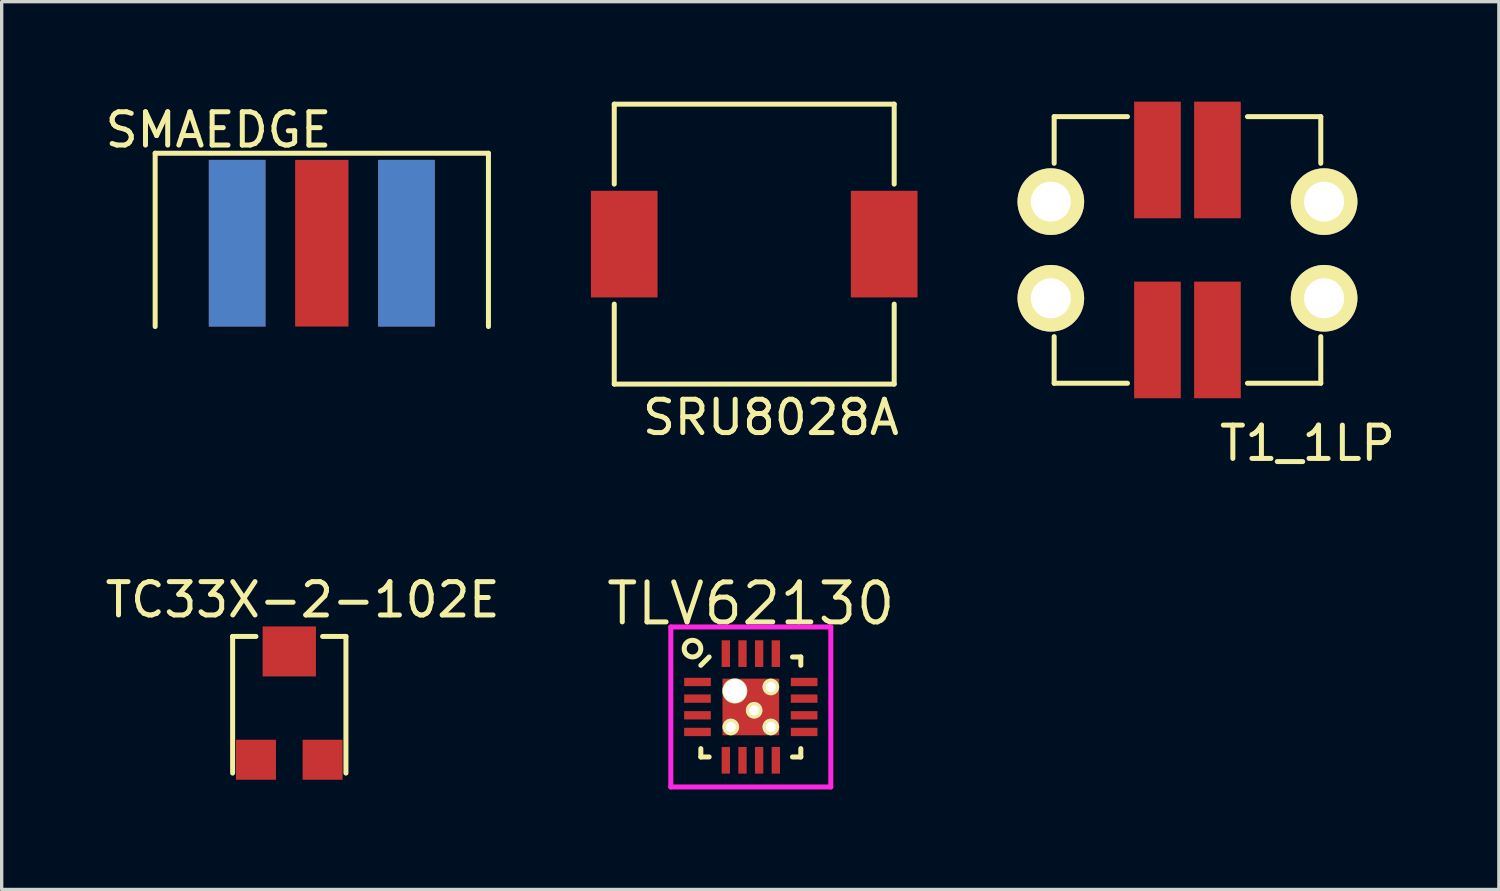
<source format=kicad_pcb>
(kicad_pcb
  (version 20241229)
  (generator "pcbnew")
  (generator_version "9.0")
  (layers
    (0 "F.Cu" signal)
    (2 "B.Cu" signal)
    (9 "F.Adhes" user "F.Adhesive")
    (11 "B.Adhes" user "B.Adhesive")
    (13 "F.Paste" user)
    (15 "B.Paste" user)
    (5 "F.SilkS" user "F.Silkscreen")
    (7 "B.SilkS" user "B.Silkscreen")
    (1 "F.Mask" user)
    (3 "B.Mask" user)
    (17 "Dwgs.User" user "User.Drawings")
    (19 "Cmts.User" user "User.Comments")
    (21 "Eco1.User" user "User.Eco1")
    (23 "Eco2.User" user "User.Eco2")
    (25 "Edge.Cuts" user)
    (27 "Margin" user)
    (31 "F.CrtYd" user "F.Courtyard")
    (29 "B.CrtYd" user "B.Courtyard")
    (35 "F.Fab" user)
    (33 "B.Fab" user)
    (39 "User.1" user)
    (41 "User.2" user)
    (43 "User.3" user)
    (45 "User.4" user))
  (footprint "TC33X-2-102E"
    (layer "F.Cu")
    (at 5.63 19.747)
    (property "Reference" "TC33X-2-102E" (at 0.4 -4.8 0) (layer "F.SilkS") (effects (font (size 1 1) (thickness 0.15))))
    (attr through_hole)
    (fp_line (start -1.7 -3.7) (end -1 -3.7) (stroke (width 0.15) (type solid)) (layer "F.SilkS"))
    (fp_line (start -1.7 0.4) (end -1.7 -3.7) (stroke (width 0.15) (type solid)) (layer "F.SilkS"))
    (fp_line (start 1 -3.7) (end 1.7 -3.7) (stroke (width 0.15) (type solid)) (layer "F.SilkS"))
    (fp_line (start 1.7 -3.7) (end 1.7 0.4) (stroke (width 0.15) (type solid)) (layer "F.SilkS"))
    (pad "1" smd rect (at -1 0) (size 1.2 1.2) (layers "F.Cu" "F.Mask" "F.Paste"))
    (pad "2" smd rect (at 0 -3.25) (size 1.6 1.5) (layers "F.Cu" "F.Mask" "F.Paste"))
    (pad "3" smd rect (at 1 0) (size 1.2 1.2) (layers "F.Cu" "F.Mask" "F.Paste")))
  (footprint "T1_1LP"
    (layer "F.Cu")
    (at 32.581 4.45)
    (property "Reference" "T1_1LP" (at 3.6 5.8 0) (layer "F.SilkS") (effects (font (size 1 1) (thickness 0.15))))
    (attr through_hole)
    (fp_line (start -4 -4) (end -4 -2.6) (stroke (width 0.15) (type solid)) (layer "F.SilkS"))
    (fp_line (start -4 2.6) (end -4 4) (stroke (width 0.15) (type solid)) (layer "F.SilkS"))
    (fp_line (start -4 4) (end -1.8 4) (stroke (width 0.15) (type solid)) (layer "F.SilkS"))
    (fp_line (start -1.8 -4) (end -4 -4) (stroke (width 0.15) (type solid)) (layer "F.SilkS"))
    (fp_line (start 1.8 4) (end 4 4) (stroke (width 0.15) (type solid)) (layer "F.SilkS"))
    (fp_line (start 4 -4) (end 1.8 -4) (stroke (width 0.15) (type solid)) (layer "F.SilkS"))
    (fp_line (start 4 -2.6) (end 4 -4) (stroke (width 0.15) (type solid)) (layer "F.SilkS"))
    (fp_line (start 4 4) (end 4 2.6) (stroke (width 0.15) (type solid)) (layer "F.SilkS"))
    (pad "1" thru_hole circle (at -4.1 1.45) (size 2 2) (drill 1.2) (layers "*.Cu" "*.Mask" "F.SilkS"))
    (pad "1" smd rect (at -0.9 2.7) (size 1.4 3.5) (layers "F.Cu" "F.Mask" "F.Paste"))
    (pad "2" thru_hole circle (at -4.1 -1.45) (size 2 2) (drill 1.2) (layers "*.Cu" "*.Mask" "F.SilkS"))
    (pad "2" smd rect (at 0.9 -2.7) (size 1.4 3.5) (layers "F.Cu" "F.Mask" "F.Paste"))
    (pad "3" smd rect (at -0.9 -2.7) (size 1.4 3.5) (layers "F.Cu" "F.Mask" "F.Paste"))
    (pad "3" thru_hole circle (at 4.1 -1.45) (size 2 2) (drill 1.2) (layers "*.Cu" "*.Mask" "F.SilkS"))
    (pad "4" smd rect (at 0.9 2.7) (size 1.4 3.5) (layers "F.Cu" "F.Mask" "F.Paste"))
    (pad "4" thru_hole circle (at 4.1 1.45) (size 2 2) (drill 1.2) (layers "*.Cu" "*.Mask" "F.SilkS")))
  (footprint "SMAEDGE"
    (layer "F.Cu")
    (at 6.606 6.948)
    (property "Reference" "SMAEDGE" (at -3.1 -6.1 0) (layer "F.SilkS") (effects (font (size 1 1) (thickness 0.15))))
    (attr through_hole)
    (fp_line (start -5 -5.4) (end 5 -5.4) (stroke (width 0.15) (type solid)) (layer "F.SilkS"))
    (fp_line (start -5 -0.2) (end -5 -5.4) (stroke (width 0.15) (type solid)) (layer "F.SilkS"))
    (fp_line (start 5 -5.4) (end 5 -0.2) (stroke (width 0.15) (type solid)) (layer "F.SilkS"))
    (pad "1" smd rect (at 0 -2.7) (size 1.6 5) (layers "F.Cu" "F.Mask" "F.Paste"))
    (pad "2" smd rect (at -2.54 -2.7) (size 1.7 5) (layers "F.Cu" "F.Mask" "F.Paste"))
    (pad "2" smd rect (at -2.54 -2.7) (size 1.7 5) (layers "B.Cu" "B.Mask" "B.Paste"))
    (pad "2" smd rect (at 2.54 -2.7) (size 1.7 5) (layers "F.Cu" "F.Mask" "F.Paste"))
    (pad "2" smd rect (at 2.54 -2.7) (size 1.7 5) (layers "*.Paste" "B.Cu" "B.Mask")))
  (footprint "SRU8028A"
    (layer "F.Cu")
    (at 19.581 4.275)
    (property "Reference" "SRU8028A" (at 0.5 5.2 0) (layer "F.SilkS") (effects (font (size 1 1) (thickness 0.15))))
    (attr through_hole)
    (fp_line (start -4.2 -4.2) (end 4.2 -4.2) (stroke (width 0.15) (type solid)) (layer "F.SilkS"))
    (fp_line (start -4.2 -1.8) (end -4.2 -4.2) (stroke (width 0.15) (type solid)) (layer "F.SilkS"))
    (fp_line (start -4.2 1.8) (end -4.2 4.2) (stroke (width 0.15) (type solid)) (layer "F.SilkS"))
    (fp_line (start -4.2 4.2) (end 4.2 4.2) (stroke (width 0.15) (type solid)) (layer "F.SilkS"))
    (fp_line (start 4.2 -4.2) (end 4.2 -1.8) (stroke (width 0.15) (type solid)) (layer "F.SilkS"))
    (fp_line (start 4.2 4.2) (end 4.2 1.8) (stroke (width 0.15) (type solid)) (layer "F.SilkS"))
    (pad "1" smd rect (at -3.9 0) (size 2 3.2) (layers "F.Cu" "F.Mask" "F.Paste"))
    (pad "2" smd rect (at 3.9 0) (size 2 3.2) (layers "F.Cu" "F.Mask" "F.Paste")))
  (footprint "TLV62130"
    (layer "F.Cu")
    (at 19.479 18.163)
    (property "Reference" "TLV62130" (at 0 -3.1 0) (layer "F.SilkS") (effects (font (size 1.2 1.2) (thickness 0.15))))
    (attr through_hole)
    (fp_line (start -1.5 -1.25) (end -1.25 -1.5) (stroke (width 0.15) (type solid)) (layer "F.SilkS"))
    (fp_line (start -1.5 1.5) (end -1.5 1.25) (stroke (width 0.15) (type solid)) (layer "F.SilkS"))
    (fp_line (start -1.25 1.5) (end -1.5 1.5) (stroke (width 0.15) (type solid)) (layer "F.SilkS"))
    (fp_line (start 1.25 -1.5) (end 1.5 -1.5) (stroke (width 0.15) (type solid)) (layer "F.SilkS"))
    (fp_line (start 1.25 1.5) (end 1.5 1.5) (stroke (width 0.15) (type solid)) (layer "F.SilkS"))
    (fp_line (start 1.5 -1.5) (end 1.5 -1.25) (stroke (width 0.15) (type solid)) (layer "F.SilkS"))
    (fp_line (start 1.5 1.5) (end 1.5 1.25) (stroke (width 0.15) (type solid)) (layer "F.SilkS"))
    (fp_circle (center -1.75 -1.75) (end -1.75 -1.5) (stroke (width 0.15) (type solid)) (fill no) (layer "F.SilkS"))
    (fp_line (start -2.4 -2.4) (end 2.4 -2.4) (stroke (width 0.15) (type solid)) (layer "F.CrtYd"))
    (fp_line (start -2.4 2.4) (end -2.4 -2.4) (stroke (width 0.15) (type solid)) (layer "F.CrtYd"))
    (fp_line (start 2.4 -2.4) (end 2.4 2.4) (stroke (width 0.15) (type solid)) (layer "F.CrtYd"))
    (fp_line (start 2.4 2.4) (end -2.4 2.4) (stroke (width 0.15) (type solid)) (layer "F.CrtYd"))
    (pad "1" smd rect (at -1.6 -0.75 90) (size 0.25 0.8) (layers "F.Cu" "F.Mask" "F.Paste"))
    (pad "2" smd rect (at -1.6 -0.25 90) (size 0.25 0.8) (layers "F.Cu" "F.Mask" "F.Paste"))
    (pad "3" smd rect (at -1.6 0.25 90) (size 0.25 0.8) (layers "F.Cu" "F.Mask" "F.Paste"))
    (pad "4" smd rect (at -1.6 0.75 90) (size 0.25 0.8) (layers "F.Cu" "F.Mask" "F.Paste"))
    (pad "5" smd rect (at -0.75 1.6) (size 0.25 0.8) (layers "F.Cu" "F.Mask" "F.Paste"))
    (pad "6" smd rect (at -0.25 1.6) (size 0.25 0.8) (layers "F.Cu" "F.Mask" "F.Paste"))
    (pad "7" smd rect (at 0.25 1.6) (size 0.25 0.8) (layers "F.Cu" "F.Mask" "F.Paste"))
    (pad "8" smd rect (at 0.75 1.6) (size 0.25 0.8) (layers "F.Cu" "F.Mask" "F.Paste"))
    (pad "9" smd rect (at 1.6 0.75 90) (size 0.25 0.8) (layers "F.Cu" "F.Mask" "F.Paste"))
    (pad "10" smd rect (at 1.6 0.25 90) (size 0.25 0.8) (layers "F.Cu" "F.Mask" "F.Paste"))
    (pad "11" smd rect (at 1.6 -0.25 90) (size 0.25 0.8) (layers "F.Cu" "F.Mask" "F.Paste"))
    (pad "12" smd rect (at 1.6 -0.75 90) (size 0.25 0.8) (layers "F.Cu" "F.Mask" "F.Paste"))
    (pad "13" smd rect (at 0.75 -1.6) (size 0.25 0.8) (layers "F.Cu" "F.Mask" "F.Paste"))
    (pad "14" smd rect (at 0.25 -1.6) (size 0.25 0.8) (layers "F.Cu" "F.Mask" "F.Paste"))
    (pad "15" smd rect (at -0.25 -1.6) (size 0.25 0.8) (layers "F.Cu" "F.Mask" "F.Paste"))
    (pad "16" smd rect (at -0.75 -1.6) (size 0.25 0.8) (layers "F.Cu" "F.Mask" "F.Paste"))
    (pad "17" thru_hole circle (at -0.6 0.6) (size 0.5 0.5) (drill 0.3) (layers "*.Cu" "*.Mask" "F.SilkS"))
    (pad "17" thru_hole circle (at -0.48 -0.48) (size 0.75 0.75) (drill 0.7) (layers "*.Cu" "*.Mask" "F.SilkS"))
    (pad "17" smd rect (at -0.425 -0.425) (size 0.6 0.6) (layers "F.Cu" "F.Mask" "B.Paste"))
    (pad "17" smd rect (at -0.425 0.425) (size 0.6 0.6) (layers "F.Cu" "F.Mask" "B.Paste"))
    (pad "17" smd rect (at 0 0) (size 1.7 1.7) (layers "F.Cu" "F.Mask"))
    (pad "17" thru_hole circle (at 0.1 0.1) (size 0.5 0.5) (drill 0.3) (layers "*.Cu" "*.Mask" "F.SilkS"))
    (pad "17" smd rect (at 0.425 -0.425) (size 0.6 0.6) (layers "F.Cu" "F.Mask" "B.Paste"))
    (pad "17" smd rect (at 0.425 0.425) (size 0.6 0.6) (layers "F.Cu" "F.Mask" "B.Paste"))
    (pad "17" thru_hole circle (at 0.6 -0.6) (size 0.5 0.5) (drill 0.3) (layers "*.Cu" "*.Mask" "F.SilkS"))
    (pad "17" thru_hole circle (at 0.6 0.6) (size 0.5 0.5) (drill 0.3) (layers "*.Cu" "*.Mask" "F.SilkS")))
  (gr_rect
    (start -3 -3)
    (end 41.925 23.639)
    (stroke (width 0.1) (type default))
    (fill no)
    (layer "Edge.Cuts")))
</source>
